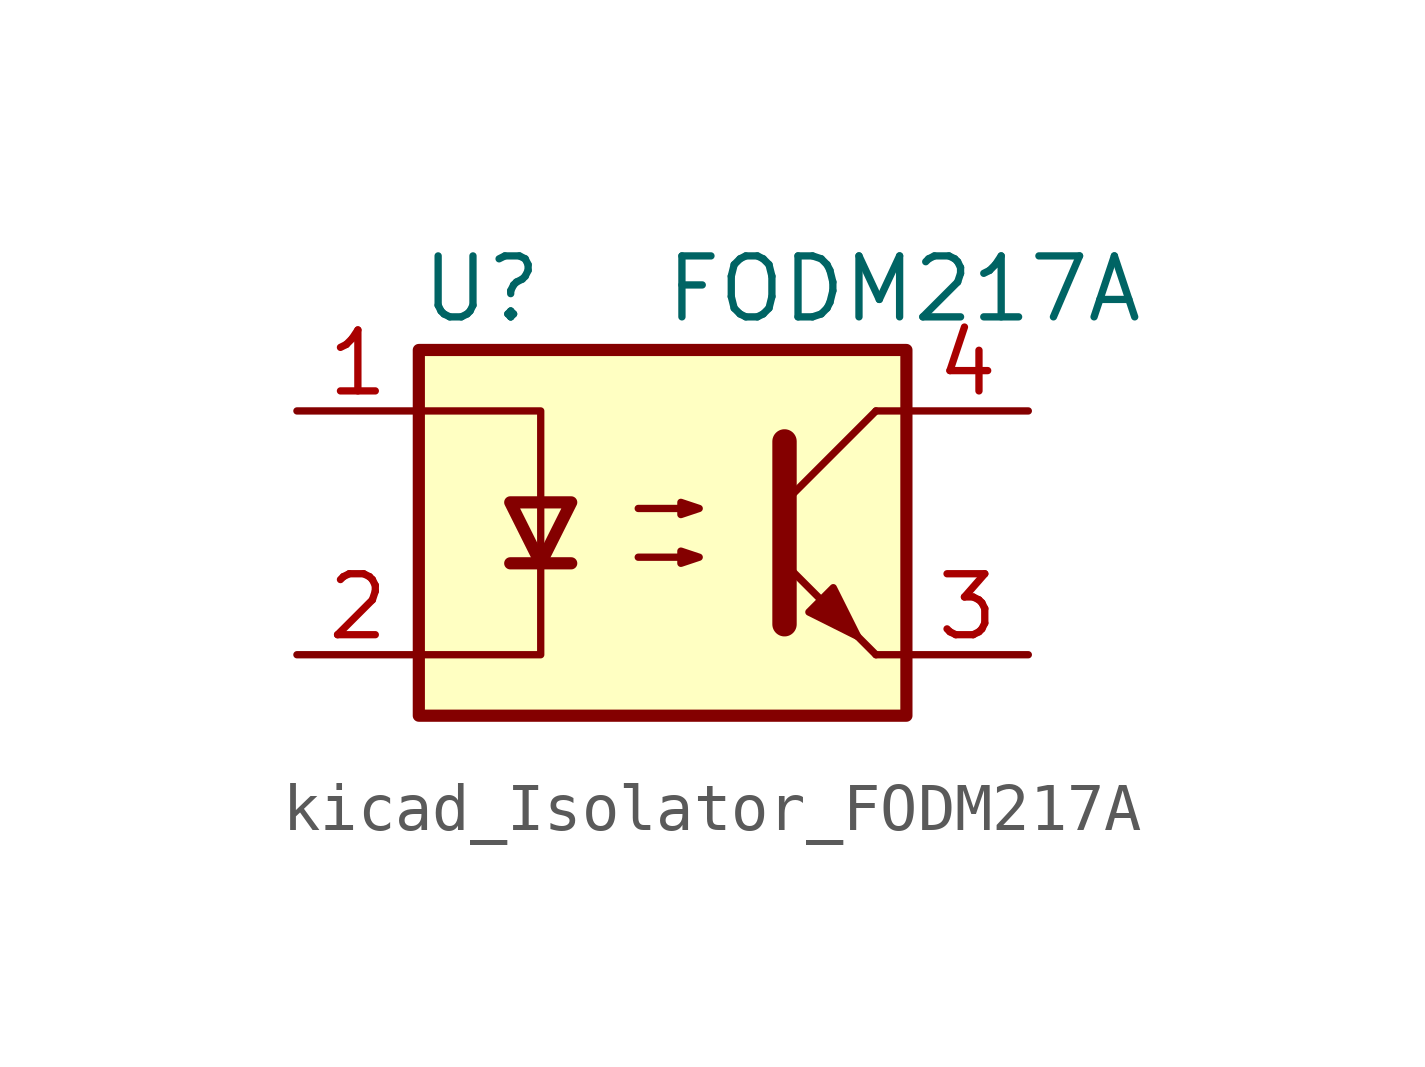
<source format=kicad_sym>
(kicad_symbol_lib
  (version 20220914)
  (generator kicad_symbol_editor)
  (symbol "kicad_Isolator_FODM217A"
    (property "Reference" "U"
      (at -5.08 5.08 0)
      (effects (font (size 1.27 1.27)) (justify left)))
    (property "Value" "FODM217A"
      (at 0 5.08 0)
      (effects (font (size 1.27 1.27)) (justify left)))
    (symbol "kicad_Isolator_FODM217A_0_1"
      (rectangle (start -5.08 3.81) (end 5.08 -3.81) (stroke (width 0.254) (type default)) (fill (type background)))
      (polyline (pts (xy -3.175 -0.635) (xy -1.905 -0.635)) (stroke (width 0.254) (type default)) (fill (type none)))
      (polyline (pts (xy 2.54 0.635) (xy 4.445 2.54)) (stroke (width 0) (type default)) (fill (type none)))
      (polyline (pts (xy 4.445 -2.54) (xy 2.54 -0.635)) (stroke (width 0) (type default)) (fill (type outline)))
      (polyline (pts (xy 4.445 -2.54) (xy 5.08 -2.54)) (stroke (width 0) (type default)) (fill (type none)))
      (polyline (pts (xy 4.445 2.54) (xy 5.08 2.54)) (stroke (width 0) (type default)) (fill (type none)))
      (polyline (pts (xy -5.08 2.54) (xy -2.54 2.54) (xy -2.54 -0.635)) (stroke (width 0) (type default)) (fill (type none)))
      (polyline (pts (xy -2.54 -0.635) (xy -2.54 -2.54) (xy -5.08 -2.54)) (stroke (width 0) (type default)) (fill (type none)))
      (polyline (pts (xy 2.54 1.905) (xy 2.54 -1.905) (xy 2.54 -1.905)) (stroke (width 0.508) (type default)) (fill (type none)))
      (polyline (pts (xy -2.54 -0.635) (xy -3.175 0.635) (xy -1.905 0.635) (xy -2.54 -0.635)) (stroke (width 0.254) (type default)) (fill (type none)))
      (polyline (pts (xy -0.508 -0.508) (xy 0.762 -0.508) (xy 0.381 -0.635) (xy 0.381 -0.381) (xy 0.762 -0.508)) (stroke (width 0) (type default)) (fill (type none)))
      (polyline (pts (xy -0.508 0.508) (xy 0.762 0.508) (xy 0.381 0.381) (xy 0.381 0.635) (xy 0.762 0.508)) (stroke (width 0) (type default)) (fill (type none)))
      (polyline (pts (xy 3.048 -1.651) (xy 3.556 -1.143) (xy 4.064 -2.159) (xy 3.048 -1.651) (xy 3.048 -1.651)) (stroke (width 0) (type default)) (fill (type outline))))
    (symbol "kicad_Isolator_FODM217A_1_1"
      (pin passive line (at -7.62 2.54 0) (length 2.54) (name "~" (effects (font (size 1.27 1.27)))) (number "1" (effects (font (size 1.27 1.27)))))
      (pin passive line (at -7.62 -2.54 0) (length 2.54) (name "~" (effects (font (size 1.27 1.27)))) (number "2" (effects (font (size 1.27 1.27)))))
      (pin passive line (at 7.62 -2.54 180) (length 2.54) (name "~" (effects (font (size 1.27 1.27)))) (number "3" (effects (font (size 1.27 1.27)))))
      (pin passive line (at 7.62 2.54 180) (length 2.54) (name "~" (effects (font (size 1.27 1.27)))) (number "4" (effects (font (size 1.27 1.27))))))))
</source>
